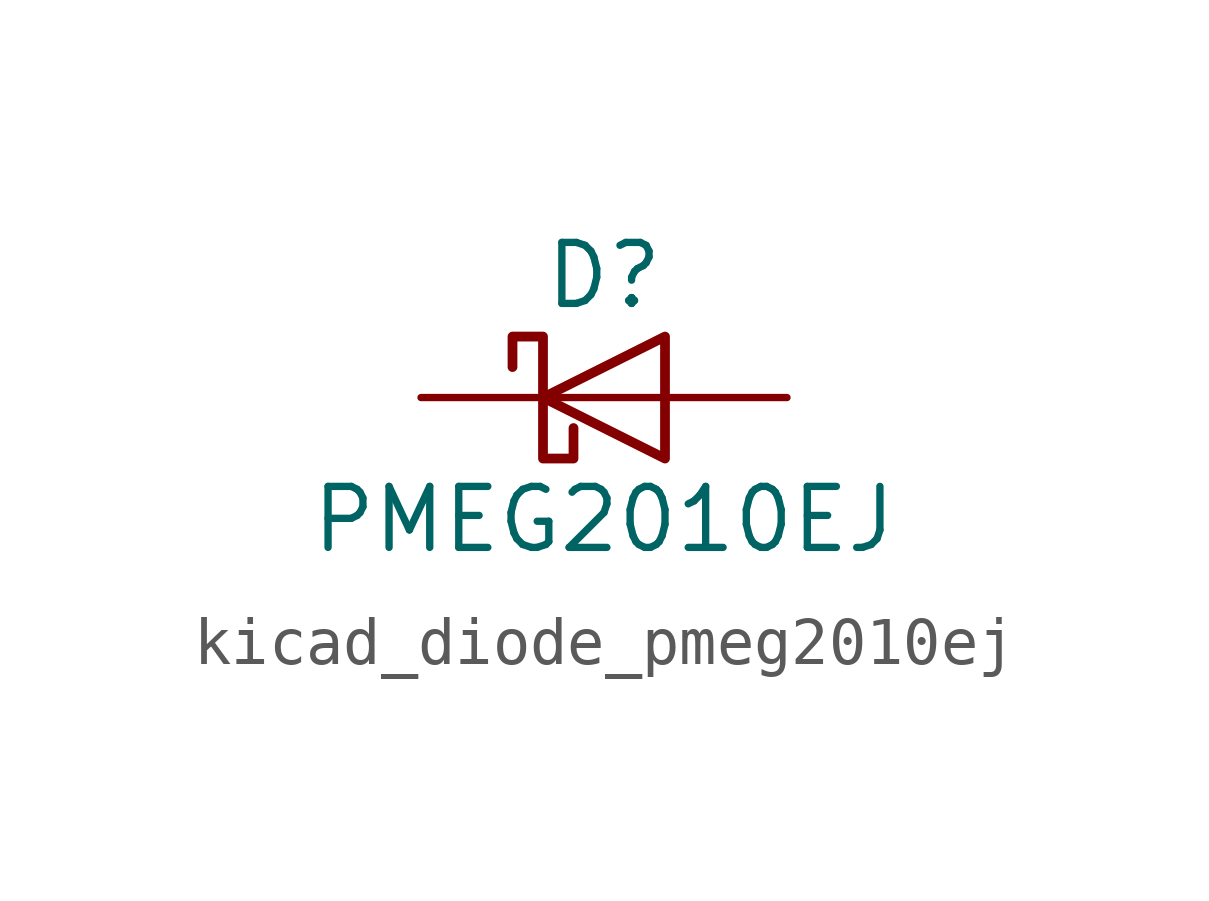
<source format=kicad_sym>
(kicad_symbol_lib
  (version 20220914)
  (generator kicad_symbol_editor)
  (symbol "kicad_diode_pmeg2010ej"
    (pin_numbers hide)
    (pin_names hide)
    (property "Reference" "D"
      (at 0 2.54 0)
      (effects (font (size 1.27 1.27))))
    (property "Value" "PMEG2010EJ"
      (at 0 -2.54 0)
      (effects (font (size 1.27 1.27))))
    (symbol "kicad_diode_pmeg2010ej_0_1"
      (polyline (pts (xy 1.27 0) (xy -1.27 0)) (stroke (width 0) (type default)) (fill (type none)))
      (polyline (pts (xy 1.27 1.27) (xy 1.27 -1.27) (xy -1.27 0) (xy 1.27 1.27)) (stroke (width 0.203) (type default)) (fill (type none)))
      (polyline (pts (xy -1.905 0.635) (xy -1.905 1.27) (xy -1.27 1.27) (xy -1.27 -1.27) (xy -0.635 -1.27) (xy -0.635 -0.635)) (stroke (width 0.203) (type default)) (fill (type none))))
    (symbol "kicad_diode_pmeg2010ej_1_1"
      (pin passive line (at -3.81 0 0) (length 2.54) (name "K" (effects (font (size 1.27 1.27)))) (number "1" (effects (font (size 1.27 1.27)))))
      (pin passive line (at 3.81 0 180) (length 2.54) (name "A" (effects (font (size 1.27 1.27)))) (number "2" (effects (font (size 1.27 1.27))))))))
</source>
